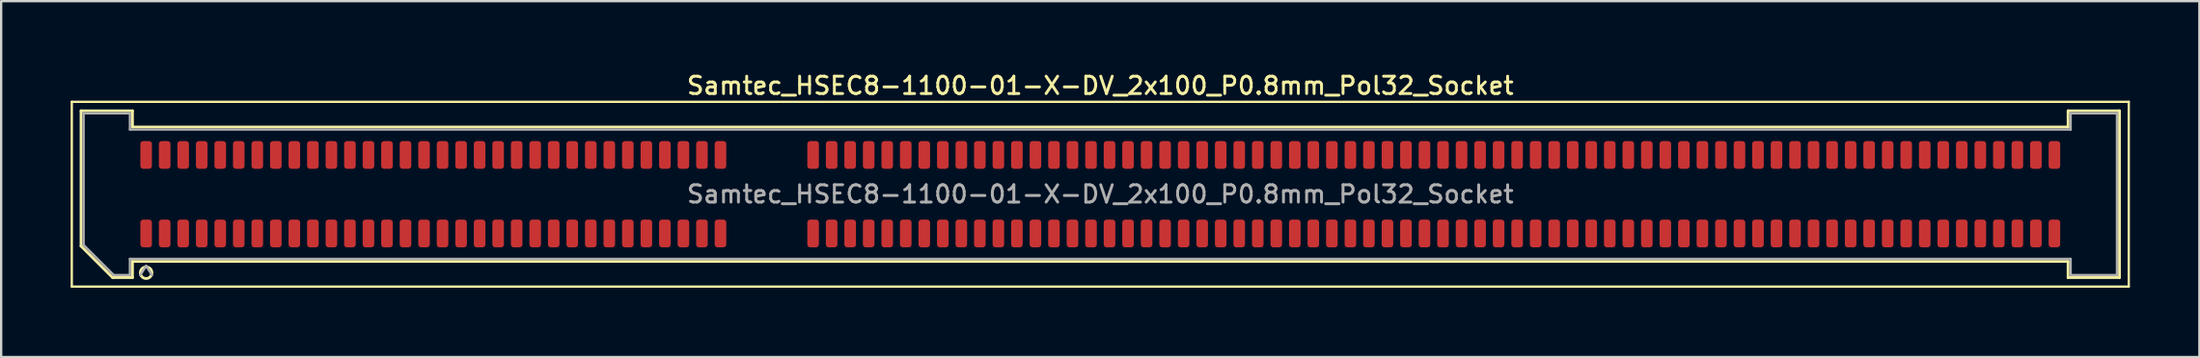
<source format=kicad_pcb>
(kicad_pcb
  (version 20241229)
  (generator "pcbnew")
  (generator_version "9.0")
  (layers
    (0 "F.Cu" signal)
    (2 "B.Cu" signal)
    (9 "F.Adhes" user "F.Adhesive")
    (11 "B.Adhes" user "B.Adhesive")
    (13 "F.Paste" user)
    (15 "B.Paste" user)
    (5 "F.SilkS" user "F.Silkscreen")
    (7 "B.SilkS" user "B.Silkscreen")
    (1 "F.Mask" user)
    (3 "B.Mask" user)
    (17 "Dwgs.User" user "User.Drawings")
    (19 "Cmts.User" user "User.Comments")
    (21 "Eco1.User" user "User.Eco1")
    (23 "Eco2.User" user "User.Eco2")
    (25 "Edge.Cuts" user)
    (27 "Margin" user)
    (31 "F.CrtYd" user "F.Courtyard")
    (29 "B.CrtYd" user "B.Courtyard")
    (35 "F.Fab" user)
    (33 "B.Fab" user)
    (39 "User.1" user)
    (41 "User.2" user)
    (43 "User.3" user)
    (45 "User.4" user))
  (footprint "Samtec_HSEC8-1100-01-X-DV_2x100_P0.8mm_Pol32_Socket"
    (layer "F.Cu")
    (at 44.46 5.358)
    (property "Reference" "Samtec_HSEC8-1100-01-X-DV_2x100_P0.8mm_Pol32_Socket" (at 0 -4.7 0) (layer "F.SilkS") (effects (font (size 0.75 0.75) (thickness 0.125))))
    (attr smd)
    (fp_line (start -44.41 -4) (end -44.41 4) (stroke (width 0.1) (type solid)) (layer "F.SilkS"))
    (fp_line (start -44.41 4) (end 44.41 4) (stroke (width 0.1) (type solid)) (layer "F.SilkS"))
    (fp_line (start -44.01 -3.61) (end -41.79 -3.61) (stroke (width 0.12) (type solid)) (layer "F.SilkS"))
    (fp_line (start -44.01 2.246) (end -44.01 -3.61) (stroke (width 0.12) (type solid)) (layer "F.SilkS"))
    (fp_line (start -42.646 3.61) (end -44.01 2.246) (stroke (width 0.12) (type solid)) (layer "F.SilkS"))
    (fp_line (start -41.79 -3.61) (end -41.79 -2.91) (stroke (width 0.12) (type solid)) (layer "F.SilkS"))
    (fp_line (start -41.79 -2.91) (end 41.79 -2.91) (stroke (width 0.12) (type solid)) (layer "F.SilkS"))
    (fp_line (start -41.79 2.91) (end -41.79 3.61) (stroke (width 0.12) (type solid)) (layer "F.SilkS"))
    (fp_line (start -41.79 3.61) (end -42.646 3.61) (stroke (width 0.12) (type solid)) (layer "F.SilkS"))
    (fp_line (start 41.79 -3.61) (end 44.01 -3.61) (stroke (width 0.12) (type solid)) (layer "F.SilkS"))
    (fp_line (start 41.79 -2.91) (end 41.79 -3.61) (stroke (width 0.12) (type solid)) (layer "F.SilkS"))
    (fp_line (start 41.79 2.91) (end -41.79 2.91) (stroke (width 0.12) (type solid)) (layer "F.SilkS"))
    (fp_line (start 41.79 3.61) (end 41.79 2.91) (stroke (width 0.12) (type solid)) (layer "F.SilkS"))
    (fp_line (start 44.01 -3.61) (end 44.01 3.61) (stroke (width 0.12) (type solid)) (layer "F.SilkS"))
    (fp_line (start 44.01 3.61) (end 41.79 3.61) (stroke (width 0.12) (type solid)) (layer "F.SilkS"))
    (fp_line (start 44.41 -4) (end -44.41 -4) (stroke (width 0.1) (type solid)) (layer "F.SilkS"))
    (fp_line (start 44.41 4) (end 44.41 -4) (stroke (width 0.1) (type solid)) (layer "F.SilkS"))
    (fp_arc (start -40.95 3.4) (mid -41.45 3.4) (end -40.95 3.4) (stroke (width 0.12) (type solid)) (layer "F.SilkS"))
    (fp_line (start -43.9 -3.5) (end -41.9 -3.5) (stroke (width 0.1) (type solid)) (layer "F.Fab"))
    (fp_line (start -43.9 2.2) (end -43.9 -3.5) (stroke (width 0.1) (type solid)) (layer "F.Fab"))
    (fp_line (start -42.6 3.5) (end -43.9 2.2) (stroke (width 0.1) (type solid)) (layer "F.Fab"))
    (fp_line (start -41.9 -3.5) (end -41.9 -2.8) (stroke (width 0.1) (type solid)) (layer "F.Fab"))
    (fp_line (start -41.9 -2.8) (end 41.9 -2.8) (stroke (width 0.1) (type solid)) (layer "F.Fab"))
    (fp_line (start -41.9 2.8) (end -41.9 3.5) (stroke (width 0.1) (type solid)) (layer "F.Fab"))
    (fp_line (start -41.9 3.5) (end -42.6 3.5) (stroke (width 0.1) (type solid)) (layer "F.Fab"))
    (fp_line (start -41.2 3.1) (end -41.45 3.5) (stroke (width 0.1) (type solid)) (layer "F.Fab"))
    (fp_line (start -41.2 3.1) (end -40.95 3.5) (stroke (width 0.1) (type solid)) (layer "F.Fab"))
    (fp_line (start 41.9 -3.5) (end 43.9 -3.5) (stroke (width 0.1) (type solid)) (layer "F.Fab"))
    (fp_line (start 41.9 -2.8) (end 41.9 -3.5) (stroke (width 0.1) (type solid)) (layer "F.Fab"))
    (fp_line (start 41.9 2.8) (end -41.9 2.8) (stroke (width 0.1) (type solid)) (layer "F.Fab"))
    (fp_line (start 41.9 3.5) (end 41.9 2.8) (stroke (width 0.1) (type solid)) (layer "F.Fab"))
    (fp_line (start 43.9 -3.5) (end 43.9 3.5) (stroke (width 0.1) (type solid)) (layer "F.Fab"))
    (fp_line (start 43.9 3.5) (end 41.9 3.5) (stroke (width 0.1) (type solid)) (layer "F.Fab"))
    (fp_text user "${REFERENCE}" (at 0 0 0) (layer "F.Fab") (effects (font (size 0.75 0.75) (thickness 0.125))))
    (pad "1" smd roundrect (at -41.2 1.7) (size 0.5 1.2) (layers "F.Cu" "F.Mask" "F.Paste") (roundrect_rratio 0.25))
    (pad "2" smd roundrect (at -41.2 -1.7) (size 0.5 1.2) (layers "F.Cu" "F.Mask" "F.Paste") (roundrect_rratio 0.25))
    (pad "3" smd roundrect (at -40.4 1.7) (size 0.5 1.2) (layers "F.Cu" "F.Mask" "F.Paste") (roundrect_rratio 0.25))
    (pad "4" smd roundrect (at -40.4 -1.7) (size 0.5 1.2) (layers "F.Cu" "F.Mask" "F.Paste") (roundrect_rratio 0.25))
    (pad "5" smd roundrect (at -39.6 1.7) (size 0.5 1.2) (layers "F.Cu" "F.Mask" "F.Paste") (roundrect_rratio 0.25))
    (pad "6" smd roundrect (at -39.6 -1.7) (size 0.5 1.2) (layers "F.Cu" "F.Mask" "F.Paste") (roundrect_rratio 0.25))
    (pad "7" smd roundrect (at -38.8 1.7) (size 0.5 1.2) (layers "F.Cu" "F.Mask" "F.Paste") (roundrect_rratio 0.25))
    (pad "8" smd roundrect (at -38.8 -1.7) (size 0.5 1.2) (layers "F.Cu" "F.Mask" "F.Paste") (roundrect_rratio 0.25))
    (pad "9" smd roundrect (at -38 1.7) (size 0.5 1.2) (layers "F.Cu" "F.Mask" "F.Paste") (roundrect_rratio 0.25))
    (pad "10" smd roundrect (at -38 -1.7) (size 0.5 1.2) (layers "F.Cu" "F.Mask" "F.Paste") (roundrect_rratio 0.25))
    (pad "11" smd roundrect (at -37.2 1.7) (size 0.5 1.2) (layers "F.Cu" "F.Mask" "F.Paste") (roundrect_rratio 0.25))
    (pad "12" smd roundrect (at -37.2 -1.7) (size 0.5 1.2) (layers "F.Cu" "F.Mask" "F.Paste") (roundrect_rratio 0.25))
    (pad "13" smd roundrect (at -36.4 1.7) (size 0.5 1.2) (layers "F.Cu" "F.Mask" "F.Paste") (roundrect_rratio 0.25))
    (pad "14" smd roundrect (at -36.4 -1.7) (size 0.5 1.2) (layers "F.Cu" "F.Mask" "F.Paste") (roundrect_rratio 0.25))
    (pad "15" smd roundrect (at -35.6 1.7) (size 0.5 1.2) (layers "F.Cu" "F.Mask" "F.Paste") (roundrect_rratio 0.25))
    (pad "16" smd roundrect (at -35.6 -1.7) (size 0.5 1.2) (layers "F.Cu" "F.Mask" "F.Paste") (roundrect_rratio 0.25))
    (pad "17" smd roundrect (at -34.8 1.7) (size 0.5 1.2) (layers "F.Cu" "F.Mask" "F.Paste") (roundrect_rratio 0.25))
    (pad "18" smd roundrect (at -34.8 -1.7) (size 0.5 1.2) (layers "F.Cu" "F.Mask" "F.Paste") (roundrect_rratio 0.25))
    (pad "19" smd roundrect (at -34 1.7) (size 0.5 1.2) (layers "F.Cu" "F.Mask" "F.Paste") (roundrect_rratio 0.25))
    (pad "20" smd roundrect (at -34 -1.7) (size 0.5 1.2) (layers "F.Cu" "F.Mask" "F.Paste") (roundrect_rratio 0.25))
    (pad "21" smd roundrect (at -33.2 1.7) (size 0.5 1.2) (layers "F.Cu" "F.Mask" "F.Paste") (roundrect_rratio 0.25))
    (pad "22" smd roundrect (at -33.2 -1.7) (size 0.5 1.2) (layers "F.Cu" "F.Mask" "F.Paste") (roundrect_rratio 0.25))
    (pad "23" smd roundrect (at -32.4 1.7) (size 0.5 1.2) (layers "F.Cu" "F.Mask" "F.Paste") (roundrect_rratio 0.25))
    (pad "24" smd roundrect (at -32.4 -1.7) (size 0.5 1.2) (layers "F.Cu" "F.Mask" "F.Paste") (roundrect_rratio 0.25))
    (pad "25" smd roundrect (at -31.6 1.7) (size 0.5 1.2) (layers "F.Cu" "F.Mask" "F.Paste") (roundrect_rratio 0.25))
    (pad "26" smd roundrect (at -31.6 -1.7) (size 0.5 1.2) (layers "F.Cu" "F.Mask" "F.Paste") (roundrect_rratio 0.25))
    (pad "27" smd roundrect (at -30.8 1.7) (size 0.5 1.2) (layers "F.Cu" "F.Mask" "F.Paste") (roundrect_rratio 0.25))
    (pad "28" smd roundrect (at -30.8 -1.7) (size 0.5 1.2) (layers "F.Cu" "F.Mask" "F.Paste") (roundrect_rratio 0.25))
    (pad "29" smd roundrect (at -30 1.7) (size 0.5 1.2) (layers "F.Cu" "F.Mask" "F.Paste") (roundrect_rratio 0.25))
    (pad "30" smd roundrect (at -30 -1.7) (size 0.5 1.2) (layers "F.Cu" "F.Mask" "F.Paste") (roundrect_rratio 0.25))
    (pad "31" smd roundrect (at -29.2 1.7) (size 0.5 1.2) (layers "F.Cu" "F.Mask" "F.Paste") (roundrect_rratio 0.25))
    (pad "32" smd roundrect (at -29.2 -1.7) (size 0.5 1.2) (layers "F.Cu" "F.Mask" "F.Paste") (roundrect_rratio 0.25))
    (pad "33" smd roundrect (at -28.4 1.7) (size 0.5 1.2) (layers "F.Cu" "F.Mask" "F.Paste") (roundrect_rratio 0.25))
    (pad "34" smd roundrect (at -28.4 -1.7) (size 0.5 1.2) (layers "F.Cu" "F.Mask" "F.Paste") (roundrect_rratio 0.25))
    (pad "35" smd roundrect (at -27.6 1.7) (size 0.5 1.2) (layers "F.Cu" "F.Mask" "F.Paste") (roundrect_rratio 0.25))
    (pad "36" smd roundrect (at -27.6 -1.7) (size 0.5 1.2) (layers "F.Cu" "F.Mask" "F.Paste") (roundrect_rratio 0.25))
    (pad "37" smd roundrect (at -26.8 1.7) (size 0.5 1.2) (layers "F.Cu" "F.Mask" "F.Paste") (roundrect_rratio 0.25))
    (pad "38" smd roundrect (at -26.8 -1.7) (size 0.5 1.2) (layers "F.Cu" "F.Mask" "F.Paste") (roundrect_rratio 0.25))
    (pad "39" smd roundrect (at -26 1.7) (size 0.5 1.2) (layers "F.Cu" "F.Mask" "F.Paste") (roundrect_rratio 0.25))
    (pad "40" smd roundrect (at -26 -1.7) (size 0.5 1.2) (layers "F.Cu" "F.Mask" "F.Paste") (roundrect_rratio 0.25))
    (pad "41" smd roundrect (at -25.2 1.7) (size 0.5 1.2) (layers "F.Cu" "F.Mask" "F.Paste") (roundrect_rratio 0.25))
    (pad "42" smd roundrect (at -25.2 -1.7) (size 0.5 1.2) (layers "F.Cu" "F.Mask" "F.Paste") (roundrect_rratio 0.25))
    (pad "43" smd roundrect (at -24.4 1.7) (size 0.5 1.2) (layers "F.Cu" "F.Mask" "F.Paste") (roundrect_rratio 0.25))
    (pad "44" smd roundrect (at -24.4 -1.7) (size 0.5 1.2) (layers "F.Cu" "F.Mask" "F.Paste") (roundrect_rratio 0.25))
    (pad "45" smd roundrect (at -23.6 1.7) (size 0.5 1.2) (layers "F.Cu" "F.Mask" "F.Paste") (roundrect_rratio 0.25))
    (pad "46" smd roundrect (at -23.6 -1.7) (size 0.5 1.2) (layers "F.Cu" "F.Mask" "F.Paste") (roundrect_rratio 0.25))
    (pad "47" smd roundrect (at -22.8 1.7) (size 0.5 1.2) (layers "F.Cu" "F.Mask" "F.Paste") (roundrect_rratio 0.25))
    (pad "48" smd roundrect (at -22.8 -1.7) (size 0.5 1.2) (layers "F.Cu" "F.Mask" "F.Paste") (roundrect_rratio 0.25))
    (pad "49" smd roundrect (at -22 1.7) (size 0.5 1.2) (layers "F.Cu" "F.Mask" "F.Paste") (roundrect_rratio 0.25))
    (pad "50" smd roundrect (at -22 -1.7) (size 0.5 1.2) (layers "F.Cu" "F.Mask" "F.Paste") (roundrect_rratio 0.25))
    (pad "51" smd roundrect (at -21.2 1.7) (size 0.5 1.2) (layers "F.Cu" "F.Mask" "F.Paste") (roundrect_rratio 0.25))
    (pad "52" smd roundrect (at -21.2 -1.7) (size 0.5 1.2) (layers "F.Cu" "F.Mask" "F.Paste") (roundrect_rratio 0.25))
    (pad "53" smd roundrect (at -20.4 1.7) (size 0.5 1.2) (layers "F.Cu" "F.Mask" "F.Paste") (roundrect_rratio 0.25))
    (pad "54" smd roundrect (at -20.4 -1.7) (size 0.5 1.2) (layers "F.Cu" "F.Mask" "F.Paste") (roundrect_rratio 0.25))
    (pad "55" smd roundrect (at -19.6 1.7) (size 0.5 1.2) (layers "F.Cu" "F.Mask" "F.Paste") (roundrect_rratio 0.25))
    (pad "56" smd roundrect (at -19.6 -1.7) (size 0.5 1.2) (layers "F.Cu" "F.Mask" "F.Paste") (roundrect_rratio 0.25))
    (pad "57" smd roundrect (at -18.8 1.7) (size 0.5 1.2) (layers "F.Cu" "F.Mask" "F.Paste") (roundrect_rratio 0.25))
    (pad "58" smd roundrect (at -18.8 -1.7) (size 0.5 1.2) (layers "F.Cu" "F.Mask" "F.Paste") (roundrect_rratio 0.25))
    (pad "59" smd roundrect (at -18 1.7) (size 0.5 1.2) (layers "F.Cu" "F.Mask" "F.Paste") (roundrect_rratio 0.25))
    (pad "60" smd roundrect (at -18 -1.7) (size 0.5 1.2) (layers "F.Cu" "F.Mask" "F.Paste") (roundrect_rratio 0.25))
    (pad "61" smd roundrect (at -17.2 1.7) (size 0.5 1.2) (layers "F.Cu" "F.Mask" "F.Paste") (roundrect_rratio 0.25))
    (pad "62" smd roundrect (at -17.2 -1.7) (size 0.5 1.2) (layers "F.Cu" "F.Mask" "F.Paste") (roundrect_rratio 0.25))
    (pad "63" smd roundrect (at -16.4 1.7) (size 0.5 1.2) (layers "F.Cu" "F.Mask" "F.Paste") (roundrect_rratio 0.25))
    (pad "64" smd roundrect (at -16.4 -1.7) (size 0.5 1.2) (layers "F.Cu" "F.Mask" "F.Paste") (roundrect_rratio 0.25))
    (pad "65" smd roundrect (at -12.4 1.7) (size 0.5 1.2) (layers "F.Cu" "F.Mask" "F.Paste") (roundrect_rratio 0.25))
    (pad "66" smd roundrect (at -12.4 -1.7) (size 0.5 1.2) (layers "F.Cu" "F.Mask" "F.Paste") (roundrect_rratio 0.25))
    (pad "67" smd roundrect (at -11.6 1.7) (size 0.5 1.2) (layers "F.Cu" "F.Mask" "F.Paste") (roundrect_rratio 0.25))
    (pad "68" smd roundrect (at -11.6 -1.7) (size 0.5 1.2) (layers "F.Cu" "F.Mask" "F.Paste") (roundrect_rratio 0.25))
    (pad "69" smd roundrect (at -10.8 1.7) (size 0.5 1.2) (layers "F.Cu" "F.Mask" "F.Paste") (roundrect_rratio 0.25))
    (pad "70" smd roundrect (at -10.8 -1.7) (size 0.5 1.2) (layers "F.Cu" "F.Mask" "F.Paste") (roundrect_rratio 0.25))
    (pad "71" smd roundrect (at -10 1.7) (size 0.5 1.2) (layers "F.Cu" "F.Mask" "F.Paste") (roundrect_rratio 0.25))
    (pad "72" smd roundrect (at -10 -1.7) (size 0.5 1.2) (layers "F.Cu" "F.Mask" "F.Paste") (roundrect_rratio 0.25))
    (pad "73" smd roundrect (at -9.2 1.7) (size 0.5 1.2) (layers "F.Cu" "F.Mask" "F.Paste") (roundrect_rratio 0.25))
    (pad "74" smd roundrect (at -9.2 -1.7) (size 0.5 1.2) (layers "F.Cu" "F.Mask" "F.Paste") (roundrect_rratio 0.25))
    (pad "75" smd roundrect (at -8.4 1.7) (size 0.5 1.2) (layers "F.Cu" "F.Mask" "F.Paste") (roundrect_rratio 0.25))
    (pad "76" smd roundrect (at -8.4 -1.7) (size 0.5 1.2) (layers "F.Cu" "F.Mask" "F.Paste") (roundrect_rratio 0.25))
    (pad "77" smd roundrect (at -7.6 1.7) (size 0.5 1.2) (layers "F.Cu" "F.Mask" "F.Paste") (roundrect_rratio 0.25))
    (pad "78" smd roundrect (at -7.6 -1.7) (size 0.5 1.2) (layers "F.Cu" "F.Mask" "F.Paste") (roundrect_rratio 0.25))
    (pad "79" smd roundrect (at -6.8 1.7) (size 0.5 1.2) (layers "F.Cu" "F.Mask" "F.Paste") (roundrect_rratio 0.25))
    (pad "80" smd roundrect (at -6.8 -1.7) (size 0.5 1.2) (layers "F.Cu" "F.Mask" "F.Paste") (roundrect_rratio 0.25))
    (pad "81" smd roundrect (at -6 1.7) (size 0.5 1.2) (layers "F.Cu" "F.Mask" "F.Paste") (roundrect_rratio 0.25))
    (pad "82" smd roundrect (at -6 -1.7) (size 0.5 1.2) (layers "F.Cu" "F.Mask" "F.Paste") (roundrect_rratio 0.25))
    (pad "83" smd roundrect (at -5.2 1.7) (size 0.5 1.2) (layers "F.Cu" "F.Mask" "F.Paste") (roundrect_rratio 0.25))
    (pad "84" smd roundrect (at -5.2 -1.7) (size 0.5 1.2) (layers "F.Cu" "F.Mask" "F.Paste") (roundrect_rratio 0.25))
    (pad "85" smd roundrect (at -4.4 1.7) (size 0.5 1.2) (layers "F.Cu" "F.Mask" "F.Paste") (roundrect_rratio 0.25))
    (pad "86" smd roundrect (at -4.4 -1.7) (size 0.5 1.2) (layers "F.Cu" "F.Mask" "F.Paste") (roundrect_rratio 0.25))
    (pad "87" smd roundrect (at -3.6 1.7) (size 0.5 1.2) (layers "F.Cu" "F.Mask" "F.Paste") (roundrect_rratio 0.25))
    (pad "88" smd roundrect (at -3.6 -1.7) (size 0.5 1.2) (layers "F.Cu" "F.Mask" "F.Paste") (roundrect_rratio 0.25))
    (pad "89" smd roundrect (at -2.8 1.7) (size 0.5 1.2) (layers "F.Cu" "F.Mask" "F.Paste") (roundrect_rratio 0.25))
    (pad "90" smd roundrect (at -2.8 -1.7) (size 0.5 1.2) (layers "F.Cu" "F.Mask" "F.Paste") (roundrect_rratio 0.25))
    (pad "91" smd roundrect (at -2 1.7) (size 0.5 1.2) (layers "F.Cu" "F.Mask" "F.Paste") (roundrect_rratio 0.25))
    (pad "92" smd roundrect (at -2 -1.7) (size 0.5 1.2) (layers "F.Cu" "F.Mask" "F.Paste") (roundrect_rratio 0.25))
    (pad "93" smd roundrect (at -1.2 1.7) (size 0.5 1.2) (layers "F.Cu" "F.Mask" "F.Paste") (roundrect_rratio 0.25))
    (pad "94" smd roundrect (at -1.2 -1.7) (size 0.5 1.2) (layers "F.Cu" "F.Mask" "F.Paste") (roundrect_rratio 0.25))
    (pad "95" smd roundrect (at -0.4 1.7) (size 0.5 1.2) (layers "F.Cu" "F.Mask" "F.Paste") (roundrect_rratio 0.25))
    (pad "96" smd roundrect (at -0.4 -1.7) (size 0.5 1.2) (layers "F.Cu" "F.Mask" "F.Paste") (roundrect_rratio 0.25))
    (pad "97" smd roundrect (at 0.4 1.7) (size 0.5 1.2) (layers "F.Cu" "F.Mask" "F.Paste") (roundrect_rratio 0.25))
    (pad "98" smd roundrect (at 0.4 -1.7) (size 0.5 1.2) (layers "F.Cu" "F.Mask" "F.Paste") (roundrect_rratio 0.25))
    (pad "99" smd roundrect (at 1.2 1.7) (size 0.5 1.2) (layers "F.Cu" "F.Mask" "F.Paste") (roundrect_rratio 0.25))
    (pad "100" smd roundrect (at 1.2 -1.7) (size 0.5 1.2) (layers "F.Cu" "F.Mask" "F.Paste") (roundrect_rratio 0.25))
    (pad "101" smd roundrect (at 2 1.7) (size 0.5 1.2) (layers "F.Cu" "F.Mask" "F.Paste") (roundrect_rratio 0.25))
    (pad "102" smd roundrect (at 2 -1.7) (size 0.5 1.2) (layers "F.Cu" "F.Mask" "F.Paste") (roundrect_rratio 0.25))
    (pad "103" smd roundrect (at 2.8 1.7) (size 0.5 1.2) (layers "F.Cu" "F.Mask" "F.Paste") (roundrect_rratio 0.25))
    (pad "104" smd roundrect (at 2.8 -1.7) (size 0.5 1.2) (layers "F.Cu" "F.Mask" "F.Paste") (roundrect_rratio 0.25))
    (pad "105" smd roundrect (at 3.6 1.7) (size 0.5 1.2) (layers "F.Cu" "F.Mask" "F.Paste") (roundrect_rratio 0.25))
    (pad "106" smd roundrect (at 3.6 -1.7) (size 0.5 1.2) (layers "F.Cu" "F.Mask" "F.Paste") (roundrect_rratio 0.25))
    (pad "107" smd roundrect (at 4.4 1.7) (size 0.5 1.2) (layers "F.Cu" "F.Mask" "F.Paste") (roundrect_rratio 0.25))
    (pad "108" smd roundrect (at 4.4 -1.7) (size 0.5 1.2) (layers "F.Cu" "F.Mask" "F.Paste") (roundrect_rratio 0.25))
    (pad "109" smd roundrect (at 5.2 1.7) (size 0.5 1.2) (layers "F.Cu" "F.Mask" "F.Paste") (roundrect_rratio 0.25))
    (pad "110" smd roundrect (at 5.2 -1.7) (size 0.5 1.2) (layers "F.Cu" "F.Mask" "F.Paste") (roundrect_rratio 0.25))
    (pad "111" smd roundrect (at 6 1.7) (size 0.5 1.2) (layers "F.Cu" "F.Mask" "F.Paste") (roundrect_rratio 0.25))
    (pad "112" smd roundrect (at 6 -1.7) (size 0.5 1.2) (layers "F.Cu" "F.Mask" "F.Paste") (roundrect_rratio 0.25))
    (pad "113" smd roundrect (at 6.8 1.7) (size 0.5 1.2) (layers "F.Cu" "F.Mask" "F.Paste") (roundrect_rratio 0.25))
    (pad "114" smd roundrect (at 6.8 -1.7) (size 0.5 1.2) (layers "F.Cu" "F.Mask" "F.Paste") (roundrect_rratio 0.25))
    (pad "115" smd roundrect (at 7.6 1.7) (size 0.5 1.2) (layers "F.Cu" "F.Mask" "F.Paste") (roundrect_rratio 0.25))
    (pad "116" smd roundrect (at 7.6 -1.7) (size 0.5 1.2) (layers "F.Cu" "F.Mask" "F.Paste") (roundrect_rratio 0.25))
    (pad "117" smd roundrect (at 8.4 1.7) (size 0.5 1.2) (layers "F.Cu" "F.Mask" "F.Paste") (roundrect_rratio 0.25))
    (pad "118" smd roundrect (at 8.4 -1.7) (size 0.5 1.2) (layers "F.Cu" "F.Mask" "F.Paste") (roundrect_rratio 0.25))
    (pad "119" smd roundrect (at 9.2 1.7) (size 0.5 1.2) (layers "F.Cu" "F.Mask" "F.Paste") (roundrect_rratio 0.25))
    (pad "120" smd roundrect (at 9.2 -1.7) (size 0.5 1.2) (layers "F.Cu" "F.Mask" "F.Paste") (roundrect_rratio 0.25))
    (pad "121" smd roundrect (at 10 1.7) (size 0.5 1.2) (layers "F.Cu" "F.Mask" "F.Paste") (roundrect_rratio 0.25))
    (pad "122" smd roundrect (at 10 -1.7) (size 0.5 1.2) (layers "F.Cu" "F.Mask" "F.Paste") (roundrect_rratio 0.25))
    (pad "123" smd roundrect (at 10.8 1.7) (size 0.5 1.2) (layers "F.Cu" "F.Mask" "F.Paste") (roundrect_rratio 0.25))
    (pad "124" smd roundrect (at 10.8 -1.7) (size 0.5 1.2) (layers "F.Cu" "F.Mask" "F.Paste") (roundrect_rratio 0.25))
    (pad "125" smd roundrect (at 11.6 1.7) (size 0.5 1.2) (layers "F.Cu" "F.Mask" "F.Paste") (roundrect_rratio 0.25))
    (pad "126" smd roundrect (at 11.6 -1.7) (size 0.5 1.2) (layers "F.Cu" "F.Mask" "F.Paste") (roundrect_rratio 0.25))
    (pad "127" smd roundrect (at 12.4 1.7) (size 0.5 1.2) (layers "F.Cu" "F.Mask" "F.Paste") (roundrect_rratio 0.25))
    (pad "128" smd roundrect (at 12.4 -1.7) (size 0.5 1.2) (layers "F.Cu" "F.Mask" "F.Paste") (roundrect_rratio 0.25))
    (pad "129" smd roundrect (at 13.2 1.7) (size 0.5 1.2) (layers "F.Cu" "F.Mask" "F.Paste") (roundrect_rratio 0.25))
    (pad "130" smd roundrect (at 13.2 -1.7) (size 0.5 1.2) (layers "F.Cu" "F.Mask" "F.Paste") (roundrect_rratio 0.25))
    (pad "131" smd roundrect (at 14 1.7) (size 0.5 1.2) (layers "F.Cu" "F.Mask" "F.Paste") (roundrect_rratio 0.25))
    (pad "132" smd roundrect (at 14 -1.7) (size 0.5 1.2) (layers "F.Cu" "F.Mask" "F.Paste") (roundrect_rratio 0.25))
    (pad "133" smd roundrect (at 14.8 1.7) (size 0.5 1.2) (layers "F.Cu" "F.Mask" "F.Paste") (roundrect_rratio 0.25))
    (pad "134" smd roundrect (at 14.8 -1.7) (size 0.5 1.2) (layers "F.Cu" "F.Mask" "F.Paste") (roundrect_rratio 0.25))
    (pad "135" smd roundrect (at 15.6 1.7) (size 0.5 1.2) (layers "F.Cu" "F.Mask" "F.Paste") (roundrect_rratio 0.25))
    (pad "136" smd roundrect (at 15.6 -1.7) (size 0.5 1.2) (layers "F.Cu" "F.Mask" "F.Paste") (roundrect_rratio 0.25))
    (pad "137" smd roundrect (at 16.4 1.7) (size 0.5 1.2) (layers "F.Cu" "F.Mask" "F.Paste") (roundrect_rratio 0.25))
    (pad "138" smd roundrect (at 16.4 -1.7) (size 0.5 1.2) (layers "F.Cu" "F.Mask" "F.Paste") (roundrect_rratio 0.25))
    (pad "139" smd roundrect (at 17.2 1.7) (size 0.5 1.2) (layers "F.Cu" "F.Mask" "F.Paste") (roundrect_rratio 0.25))
    (pad "140" smd roundrect (at 17.2 -1.7) (size 0.5 1.2) (layers "F.Cu" "F.Mask" "F.Paste") (roundrect_rratio 0.25))
    (pad "141" smd roundrect (at 18 1.7) (size 0.5 1.2) (layers "F.Cu" "F.Mask" "F.Paste") (roundrect_rratio 0.25))
    (pad "142" smd roundrect (at 18 -1.7) (size 0.5 1.2) (layers "F.Cu" "F.Mask" "F.Paste") (roundrect_rratio 0.25))
    (pad "143" smd roundrect (at 18.8 1.7) (size 0.5 1.2) (layers "F.Cu" "F.Mask" "F.Paste") (roundrect_rratio 0.25))
    (pad "144" smd roundrect (at 18.8 -1.7) (size 0.5 1.2) (layers "F.Cu" "F.Mask" "F.Paste") (roundrect_rratio 0.25))
    (pad "145" smd roundrect (at 19.6 1.7) (size 0.5 1.2) (layers "F.Cu" "F.Mask" "F.Paste") (roundrect_rratio 0.25))
    (pad "146" smd roundrect (at 19.6 -1.7) (size 0.5 1.2) (layers "F.Cu" "F.Mask" "F.Paste") (roundrect_rratio 0.25))
    (pad "147" smd roundrect (at 20.4 1.7) (size 0.5 1.2) (layers "F.Cu" "F.Mask" "F.Paste") (roundrect_rratio 0.25))
    (pad "148" smd roundrect (at 20.4 -1.7) (size 0.5 1.2) (layers "F.Cu" "F.Mask" "F.Paste") (roundrect_rratio 0.25))
    (pad "149" smd roundrect (at 21.2 1.7) (size 0.5 1.2) (layers "F.Cu" "F.Mask" "F.Paste") (roundrect_rratio 0.25))
    (pad "150" smd roundrect (at 21.2 -1.7) (size 0.5 1.2) (layers "F.Cu" "F.Mask" "F.Paste") (roundrect_rratio 0.25))
    (pad "151" smd roundrect (at 22 1.7) (size 0.5 1.2) (layers "F.Cu" "F.Mask" "F.Paste") (roundrect_rratio 0.25))
    (pad "152" smd roundrect (at 22 -1.7) (size 0.5 1.2) (layers "F.Cu" "F.Mask" "F.Paste") (roundrect_rratio 0.25))
    (pad "153" smd roundrect (at 22.8 1.7) (size 0.5 1.2) (layers "F.Cu" "F.Mask" "F.Paste") (roundrect_rratio 0.25))
    (pad "154" smd roundrect (at 22.8 -1.7) (size 0.5 1.2) (layers "F.Cu" "F.Mask" "F.Paste") (roundrect_rratio 0.25))
    (pad "155" smd roundrect (at 23.6 1.7) (size 0.5 1.2) (layers "F.Cu" "F.Mask" "F.Paste") (roundrect_rratio 0.25))
    (pad "156" smd roundrect (at 23.6 -1.7) (size 0.5 1.2) (layers "F.Cu" "F.Mask" "F.Paste") (roundrect_rratio 0.25))
    (pad "157" smd roundrect (at 24.4 1.7) (size 0.5 1.2) (layers "F.Cu" "F.Mask" "F.Paste") (roundrect_rratio 0.25))
    (pad "158" smd roundrect (at 24.4 -1.7) (size 0.5 1.2) (layers "F.Cu" "F.Mask" "F.Paste") (roundrect_rratio 0.25))
    (pad "159" smd roundrect (at 25.2 1.7) (size 0.5 1.2) (layers "F.Cu" "F.Mask" "F.Paste") (roundrect_rratio 0.25))
    (pad "160" smd roundrect (at 25.2 -1.7) (size 0.5 1.2) (layers "F.Cu" "F.Mask" "F.Paste") (roundrect_rratio 0.25))
    (pad "161" smd roundrect (at 26 1.7) (size 0.5 1.2) (layers "F.Cu" "F.Mask" "F.Paste") (roundrect_rratio 0.25))
    (pad "162" smd roundrect (at 26 -1.7) (size 0.5 1.2) (layers "F.Cu" "F.Mask" "F.Paste") (roundrect_rratio 0.25))
    (pad "163" smd roundrect (at 26.8 1.7) (size 0.5 1.2) (layers "F.Cu" "F.Mask" "F.Paste") (roundrect_rratio 0.25))
    (pad "164" smd roundrect (at 26.8 -1.7) (size 0.5 1.2) (layers "F.Cu" "F.Mask" "F.Paste") (roundrect_rratio 0.25))
    (pad "165" smd roundrect (at 27.6 1.7) (size 0.5 1.2) (layers "F.Cu" "F.Mask" "F.Paste") (roundrect_rratio 0.25))
    (pad "166" smd roundrect (at 27.6 -1.7) (size 0.5 1.2) (layers "F.Cu" "F.Mask" "F.Paste") (roundrect_rratio 0.25))
    (pad "167" smd roundrect (at 28.4 1.7) (size 0.5 1.2) (layers "F.Cu" "F.Mask" "F.Paste") (roundrect_rratio 0.25))
    (pad "168" smd roundrect (at 28.4 -1.7) (size 0.5 1.2) (layers "F.Cu" "F.Mask" "F.Paste") (roundrect_rratio 0.25))
    (pad "169" smd roundrect (at 29.2 1.7) (size 0.5 1.2) (layers "F.Cu" "F.Mask" "F.Paste") (roundrect_rratio 0.25))
    (pad "170" smd roundrect (at 29.2 -1.7) (size 0.5 1.2) (layers "F.Cu" "F.Mask" "F.Paste") (roundrect_rratio 0.25))
    (pad "171" smd roundrect (at 30 1.7) (size 0.5 1.2) (layers "F.Cu" "F.Mask" "F.Paste") (roundrect_rratio 0.25))
    (pad "172" smd roundrect (at 30 -1.7) (size 0.5 1.2) (layers "F.Cu" "F.Mask" "F.Paste") (roundrect_rratio 0.25))
    (pad "173" smd roundrect (at 30.8 1.7) (size 0.5 1.2) (layers "F.Cu" "F.Mask" "F.Paste") (roundrect_rratio 0.25))
    (pad "174" smd roundrect (at 30.8 -1.7) (size 0.5 1.2) (layers "F.Cu" "F.Mask" "F.Paste") (roundrect_rratio 0.25))
    (pad "175" smd roundrect (at 31.6 1.7) (size 0.5 1.2) (layers "F.Cu" "F.Mask" "F.Paste") (roundrect_rratio 0.25))
    (pad "176" smd roundrect (at 31.6 -1.7) (size 0.5 1.2) (layers "F.Cu" "F.Mask" "F.Paste") (roundrect_rratio 0.25))
    (pad "177" smd roundrect (at 32.4 1.7) (size 0.5 1.2) (layers "F.Cu" "F.Mask" "F.Paste") (roundrect_rratio 0.25))
    (pad "178" smd roundrect (at 32.4 -1.7) (size 0.5 1.2) (layers "F.Cu" "F.Mask" "F.Paste") (roundrect_rratio 0.25))
    (pad "179" smd roundrect (at 33.2 1.7) (size 0.5 1.2) (layers "F.Cu" "F.Mask" "F.Paste") (roundrect_rratio 0.25))
    (pad "180" smd roundrect (at 33.2 -1.7) (size 0.5 1.2) (layers "F.Cu" "F.Mask" "F.Paste") (roundrect_rratio 0.25))
    (pad "181" smd roundrect (at 34 1.7) (size 0.5 1.2) (layers "F.Cu" "F.Mask" "F.Paste") (roundrect_rratio 0.25))
    (pad "182" smd roundrect (at 34 -1.7) (size 0.5 1.2) (layers "F.Cu" "F.Mask" "F.Paste") (roundrect_rratio 0.25))
    (pad "183" smd roundrect (at 34.8 1.7) (size 0.5 1.2) (layers "F.Cu" "F.Mask" "F.Paste") (roundrect_rratio 0.25))
    (pad "184" smd roundrect (at 34.8 -1.7) (size 0.5 1.2) (layers "F.Cu" "F.Mask" "F.Paste") (roundrect_rratio 0.25))
    (pad "185" smd roundrect (at 35.6 1.7) (size 0.5 1.2) (layers "F.Cu" "F.Mask" "F.Paste") (roundrect_rratio 0.25))
    (pad "186" smd roundrect (at 35.6 -1.7) (size 0.5 1.2) (layers "F.Cu" "F.Mask" "F.Paste") (roundrect_rratio 0.25))
    (pad "187" smd roundrect (at 36.4 1.7) (size 0.5 1.2) (layers "F.Cu" "F.Mask" "F.Paste") (roundrect_rratio 0.25))
    (pad "188" smd roundrect (at 36.4 -1.7) (size 0.5 1.2) (layers "F.Cu" "F.Mask" "F.Paste") (roundrect_rratio 0.25))
    (pad "189" smd roundrect (at 37.2 1.7) (size 0.5 1.2) (layers "F.Cu" "F.Mask" "F.Paste") (roundrect_rratio 0.25))
    (pad "190" smd roundrect (at 37.2 -1.7) (size 0.5 1.2) (layers "F.Cu" "F.Mask" "F.Paste") (roundrect_rratio 0.25))
    (pad "191" smd roundrect (at 38 1.7) (size 0.5 1.2) (layers "F.Cu" "F.Mask" "F.Paste") (roundrect_rratio 0.25))
    (pad "192" smd roundrect (at 38 -1.7) (size 0.5 1.2) (layers "F.Cu" "F.Mask" "F.Paste") (roundrect_rratio 0.25))
    (pad "193" smd roundrect (at 38.8 1.7) (size 0.5 1.2) (layers "F.Cu" "F.Mask" "F.Paste") (roundrect_rratio 0.25))
    (pad "194" smd roundrect (at 38.8 -1.7) (size 0.5 1.2) (layers "F.Cu" "F.Mask" "F.Paste") (roundrect_rratio 0.25))
    (pad "195" smd roundrect (at 39.6 1.7) (size 0.5 1.2) (layers "F.Cu" "F.Mask" "F.Paste") (roundrect_rratio 0.25))
    (pad "196" smd roundrect (at 39.6 -1.7) (size 0.5 1.2) (layers "F.Cu" "F.Mask" "F.Paste") (roundrect_rratio 0.25))
    (pad "197" smd roundrect (at 40.4 1.7) (size 0.5 1.2) (layers "F.Cu" "F.Mask" "F.Paste") (roundrect_rratio 0.25))
    (pad "198" smd roundrect (at 40.4 -1.7) (size 0.5 1.2) (layers "F.Cu" "F.Mask" "F.Paste") (roundrect_rratio 0.25))
    (pad "199" smd roundrect (at 41.2 1.7) (size 0.5 1.2) (layers "F.Cu" "F.Mask" "F.Paste") (roundrect_rratio 0.25))
    (pad "200" smd roundrect (at 41.2 -1.7) (size 0.5 1.2) (layers "F.Cu" "F.Mask" "F.Paste") (roundrect_rratio 0.25)))
  (gr_rect
    (start -3 -3)
    (end 91.92 12.408)
    (stroke (width 0.1) (type default))
    (fill no)
    (layer "Edge.Cuts")))
</source>
